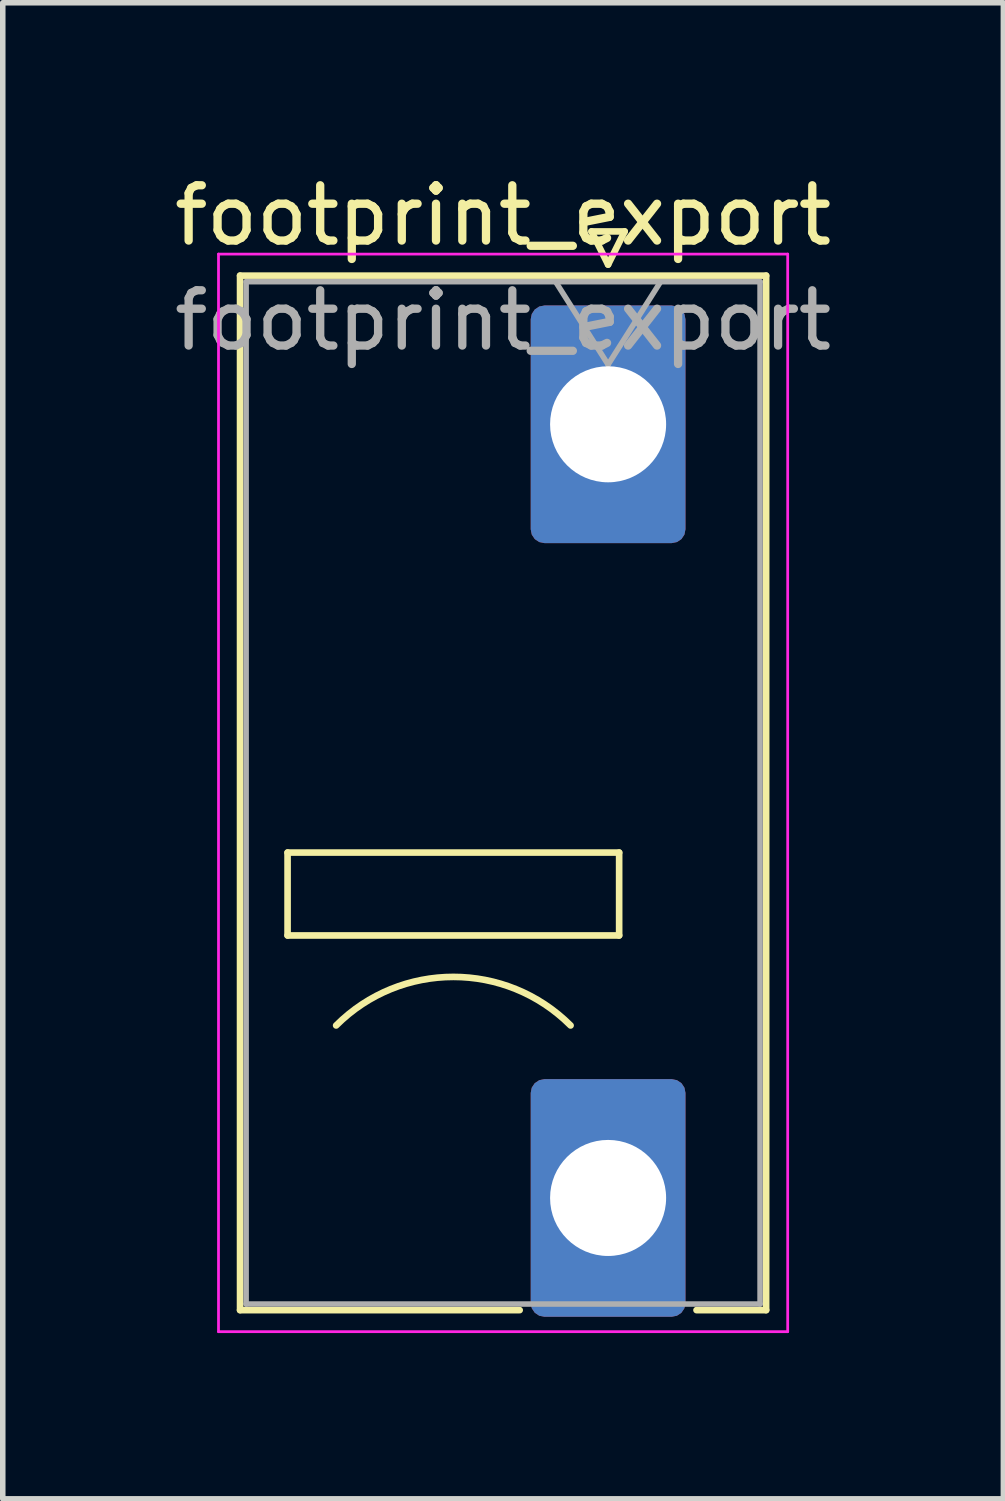
<source format=kicad_pcb>
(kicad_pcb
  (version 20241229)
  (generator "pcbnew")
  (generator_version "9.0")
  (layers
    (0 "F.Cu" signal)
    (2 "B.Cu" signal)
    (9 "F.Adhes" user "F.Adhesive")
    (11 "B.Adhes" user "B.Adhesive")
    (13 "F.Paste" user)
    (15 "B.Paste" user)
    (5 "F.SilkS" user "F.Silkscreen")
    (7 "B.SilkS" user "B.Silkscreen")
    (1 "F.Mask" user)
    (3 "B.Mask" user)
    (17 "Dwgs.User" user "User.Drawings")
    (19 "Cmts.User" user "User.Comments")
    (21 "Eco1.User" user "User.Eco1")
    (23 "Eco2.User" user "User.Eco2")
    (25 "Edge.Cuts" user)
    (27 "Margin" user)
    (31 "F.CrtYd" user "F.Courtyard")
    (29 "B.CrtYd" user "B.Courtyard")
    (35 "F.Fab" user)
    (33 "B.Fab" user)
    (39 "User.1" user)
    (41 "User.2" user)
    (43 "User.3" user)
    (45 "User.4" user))
  (footprint "footprint_export"
    (layer "F.Cu")
    (at 7.954 4.628)
    (property "Reference" "footprint_export" (at -1.9 -3.78 0) (layer "F.SilkS") (effects (font (size 1 1) (thickness 0.15))))
    (attr through_hole)
    (fp_line (start -6.66 -2.69) (end 2.86 -2.69) (stroke (width 0.12) (type solid)) (layer "F.SilkS"))
    (fp_line (start -6.66 16.03) (end -6.66 -2.69) (stroke (width 0.12) (type solid)) (layer "F.SilkS"))
    (fp_line (start -6.66 16.03) (end -1.6 16.03) (stroke (width 0.12) (type solid)) (layer "F.SilkS"))
    (fp_line (start -5.8 7.75) (end -5.8 9.25) (stroke (width 0.12) (type solid)) (layer "F.SilkS"))
    (fp_line (start -5.8 9.25) (end 0.2 9.25) (stroke (width 0.12) (type solid)) (layer "F.SilkS"))
    (fp_line (start -0.3 -3.49) (end 0 -2.89) (stroke (width 0.12) (type solid)) (layer "F.SilkS"))
    (fp_line (start -0.3 -3.49) (end 0.3 -3.49) (stroke (width 0.12) (type solid)) (layer "F.SilkS"))
    (fp_line (start 0.2 7.75) (end -5.8 7.75) (stroke (width 0.12) (type solid)) (layer "F.SilkS"))
    (fp_line (start 0.2 9.25) (end 0.2 7.75) (stroke (width 0.12) (type solid)) (layer "F.SilkS"))
    (fp_line (start 0.3 -3.49) (end 0 -2.89) (stroke (width 0.12) (type solid)) (layer "F.SilkS"))
    (fp_line (start 1.6 16.03) (end 2.86 16.03) (stroke (width 0.12) (type solid)) (layer "F.SilkS"))
    (fp_line (start 2.86 -2.69) (end 2.86 16.03) (stroke (width 0.12) (type solid)) (layer "F.SilkS"))
    (fp_arc (start -4.92132 10.87868) (mid -2.8 10) (end -0.67868 10.87868) (stroke (width 0.12) (type solid)) (layer "F.SilkS"))
    (fp_line (start -7.05 -3.08) (end -7.05 16.42) (stroke (width 0.05) (type solid)) (layer "F.CrtYd"))
    (fp_line (start -7.05 16.42) (end 3.25 16.42) (stroke (width 0.05) (type solid)) (layer "F.CrtYd"))
    (fp_line (start 3.25 -3.08) (end -7.05 -3.08) (stroke (width 0.05) (type solid)) (layer "F.CrtYd"))
    (fp_line (start 3.25 16.42) (end 3.25 -3.08) (stroke (width 0.05) (type solid)) (layer "F.CrtYd"))
    (fp_line (start -6.55 -2.58) (end -6.55 15.92) (stroke (width 0.1) (type solid)) (layer "F.Fab"))
    (fp_line (start -6.55 15.92) (end 2.75 15.92) (stroke (width 0.1) (type solid)) (layer "F.Fab"))
    (fp_line (start -0.95 -2.58) (end 0 -1.08) (stroke (width 0.1) (type solid)) (layer "F.Fab"))
    (fp_line (start 0.95 -2.58) (end 0 -1.08) (stroke (width 0.1) (type solid)) (layer "F.Fab"))
    (fp_line (start 2.75 -2.58) (end -6.55 -2.58) (stroke (width 0.1) (type solid)) (layer "F.Fab"))
    (fp_line (start 2.75 15.92) (end 2.75 -2.58) (stroke (width 0.1) (type solid)) (layer "F.Fab"))
    (fp_text user "${REFERENCE}" (at -1.9 -1.88 0) (layer "F.Fab") (effects (font (size 1 1) (thickness 0.15))))
    (pad "1" thru_hole roundrect (at 0 0) (size 2.8 4.3) (drill 2.1) (layers "*.Cu" "*.Mask") (roundrect_rratio 0.089))
    (pad "1" thru_hole roundrect (at 0 14) (size 2.8 4.3) (drill 2.1) (layers "*.Cu" "*.Mask") (roundrect_rratio 0.089)))
  (gr_rect
    (start -3 -3)
    (end 15.107 24.073)
    (stroke (width 0.1) (type default))
    (fill no)
    (layer "Edge.Cuts")))
</source>
